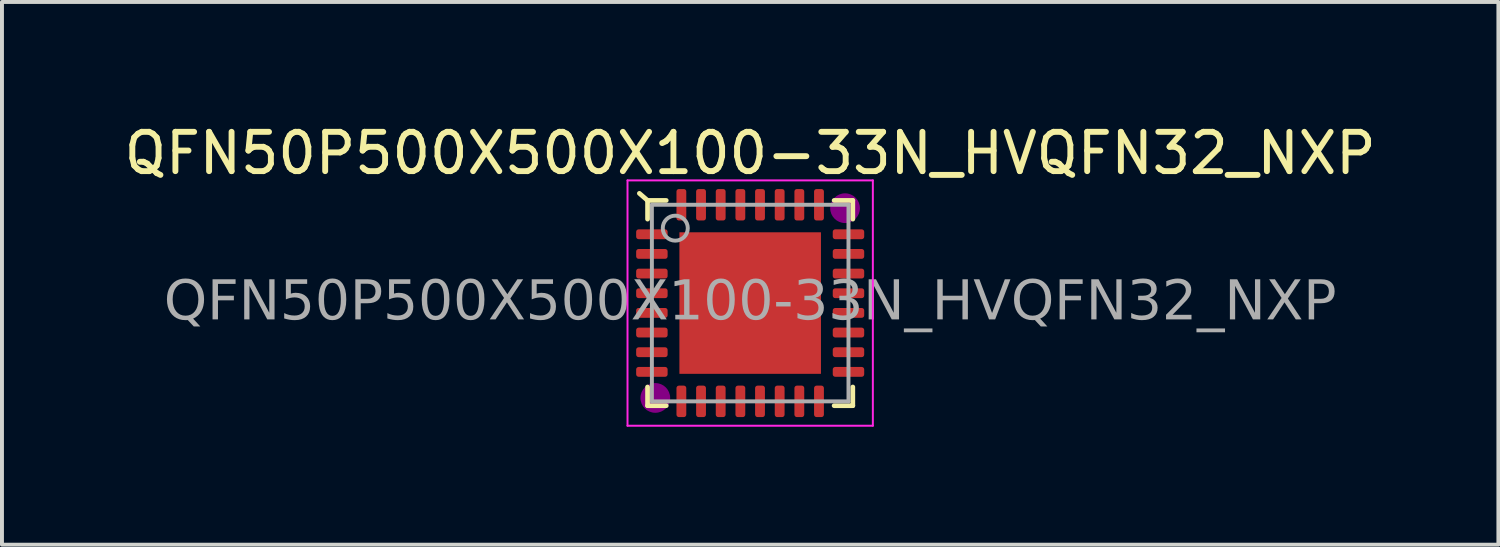
<source format=kicad_pcb>
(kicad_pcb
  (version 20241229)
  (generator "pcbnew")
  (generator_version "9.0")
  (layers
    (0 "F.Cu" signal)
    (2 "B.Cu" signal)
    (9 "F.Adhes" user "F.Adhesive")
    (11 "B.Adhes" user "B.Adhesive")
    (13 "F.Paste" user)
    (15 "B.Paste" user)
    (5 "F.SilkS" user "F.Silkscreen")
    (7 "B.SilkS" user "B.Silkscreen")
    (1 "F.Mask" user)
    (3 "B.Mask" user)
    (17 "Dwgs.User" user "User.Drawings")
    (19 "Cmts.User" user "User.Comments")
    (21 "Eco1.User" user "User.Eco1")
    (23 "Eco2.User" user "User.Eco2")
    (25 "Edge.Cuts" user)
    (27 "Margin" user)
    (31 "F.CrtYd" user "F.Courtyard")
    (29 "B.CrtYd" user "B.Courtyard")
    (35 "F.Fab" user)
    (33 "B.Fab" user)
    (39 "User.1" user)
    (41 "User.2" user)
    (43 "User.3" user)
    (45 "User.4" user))
  (footprint "QFN50P500X500X100-33N_HVQFN32_NXP"
    (layer "F.Cu")
    (at 16.03 4.658)
    (property "Reference" "QFN50P500X500X100-33N_HVQFN32_NXP" (at 0 -3.81 0) (layer "F.SilkS") (effects (font (size 1 1) (thickness 0.15))))
    (attr smd)
    (fp_line (start -2.61 -2.61) (end -2.818 -2.79) (stroke (width 0.12) (type solid)) (layer "F.SilkS"))
    (fp_line (start -2.61 -2.61) (end -2.61 -2.135) (stroke (width 0.12) (type solid)) (layer "F.SilkS"))
    (fp_line (start -2.61 2.61) (end -2.61 2.135) (stroke (width 0.12) (type solid)) (layer "F.SilkS"))
    (fp_line (start -2.135 -2.61) (end -2.61 -2.61) (stroke (width 0.12) (type solid)) (layer "F.SilkS"))
    (fp_line (start -2.135 2.61) (end -2.61 2.61) (stroke (width 0.12) (type solid)) (layer "F.SilkS"))
    (fp_line (start 2.135 -2.61) (end 2.61 -2.61) (stroke (width 0.12) (type solid)) (layer "F.SilkS"))
    (fp_line (start 2.135 2.61) (end 2.61 2.61) (stroke (width 0.12) (type solid)) (layer "F.SilkS"))
    (fp_line (start 2.61 -2.61) (end 2.61 -2.135) (stroke (width 0.12) (type solid)) (layer "F.SilkS"))
    (fp_line (start 2.61 2.61) (end 2.61 2.135) (stroke (width 0.12) (type solid)) (layer "F.SilkS"))
    (fp_circle (center -2.413 2.413) (end -2.095 2.413) (stroke (width 0.12) (type solid)) (fill yes) (layer "F.Adhes"))
    (fp_circle (center 2.413 -2.413) (end 2.731 -2.413) (stroke (width 0.12) (type solid)) (fill yes) (layer "F.Adhes"))
    (fp_line (start -3.12 -3.12) (end -3.12 3.12) (stroke (width 0.05) (type solid)) (layer "F.CrtYd"))
    (fp_line (start -3.12 3.12) (end 3.12 3.12) (stroke (width 0.05) (type solid)) (layer "F.CrtYd"))
    (fp_line (start 3.12 -3.12) (end -3.12 -3.12) (stroke (width 0.05) (type solid)) (layer "F.CrtYd"))
    (fp_line (start 3.12 3.12) (end 3.12 -3.12) (stroke (width 0.05) (type solid)) (layer "F.CrtYd"))
    (fp_line (start -2.5 -2.5) (end 2.5 -2.5) (stroke (width 0.1) (type solid)) (layer "F.Fab"))
    (fp_line (start -2.5 2.5) (end -2.5 -2.5) (stroke (width 0.1) (type solid)) (layer "F.Fab"))
    (fp_line (start 2.5 -2.5) (end 2.5 2.5) (stroke (width 0.1) (type solid)) (layer "F.Fab"))
    (fp_line (start 2.5 2.5) (end -2.5 2.5) (stroke (width 0.1) (type solid)) (layer "F.Fab"))
    (fp_circle (center -1.905 -1.905) (end -1.587 -1.905) (stroke (width 0.1) (type solid)) (fill no) (layer "F.Fab"))
    (fp_text user "${REFERENCE}" (at 0 0 0) (layer "F.Fab") (effects (font (face "Tahoma") (size 1 1) (thickness 0.15))))
    (pad "" smd rect (at -1.15 -1.15) (size 0.9 0.9) (layers "F.Paste"))
    (pad "" smd rect (at -1.15 0) (size 0.9 0.9) (layers "F.Paste"))
    (pad "" smd rect (at -1.15 1.15) (size 0.9 0.9) (layers "F.Paste"))
    (pad "" smd rect (at 0 -1.15) (size 0.9 0.9) (layers "F.Paste"))
    (pad "" smd rect (at 0 0) (size 0.9 0.9) (layers "F.Paste"))
    (pad "" smd rect (at 0 1.15) (size 0.9 0.9) (layers "F.Paste"))
    (pad "" smd rect (at 1.15 -1.15) (size 0.9 0.9) (layers "F.Paste"))
    (pad "" smd rect (at 1.15 0) (size 0.9 0.9) (layers "F.Paste"))
    (pad "" smd rect (at 1.15 1.15) (size 0.9 0.9) (layers "F.Paste"))
    (pad "1" smd roundrect (at -2.5 -1.75) (size 0.8 0.25) (layers "F.Cu" "F.Mask" "F.Paste") (roundrect_rratio 0.25))
    (pad "2" smd roundrect (at -2.5 -1.25) (size 0.8 0.25) (layers "F.Cu" "F.Mask" "F.Paste") (roundrect_rratio 0.25))
    (pad "3" smd roundrect (at -2.5 -0.75) (size 0.8 0.25) (layers "F.Cu" "F.Mask" "F.Paste") (roundrect_rratio 0.25))
    (pad "4" smd roundrect (at -2.5 -0.25) (size 0.8 0.25) (layers "F.Cu" "F.Mask" "F.Paste") (roundrect_rratio 0.25))
    (pad "5" smd roundrect (at -2.5 0.25) (size 0.8 0.25) (layers "F.Cu" "F.Mask" "F.Paste") (roundrect_rratio 0.25))
    (pad "6" smd roundrect (at -2.5 0.75) (size 0.8 0.25) (layers "F.Cu" "F.Mask" "F.Paste") (roundrect_rratio 0.25))
    (pad "7" smd roundrect (at -2.5 1.25) (size 0.8 0.25) (layers "F.Cu" "F.Mask" "F.Paste") (roundrect_rratio 0.25))
    (pad "8" smd roundrect (at -2.5 1.75) (size 0.8 0.25) (layers "F.Cu" "F.Mask" "F.Paste") (roundrect_rratio 0.25))
    (pad "9" smd roundrect (at -1.75 2.5) (size 0.25 0.8) (layers "F.Cu" "F.Mask" "F.Paste") (roundrect_rratio 0.25))
    (pad "10" smd roundrect (at -1.25 2.5) (size 0.25 0.8) (layers "F.Cu" "F.Mask" "F.Paste") (roundrect_rratio 0.25))
    (pad "11" smd roundrect (at -0.75 2.5) (size 0.25 0.8) (layers "F.Cu" "F.Mask" "F.Paste") (roundrect_rratio 0.25))
    (pad "12" smd roundrect (at -0.25 2.5) (size 0.25 0.8) (layers "F.Cu" "F.Mask" "F.Paste") (roundrect_rratio 0.25))
    (pad "13" smd roundrect (at 0.25 2.5) (size 0.25 0.8) (layers "F.Cu" "F.Mask" "F.Paste") (roundrect_rratio 0.25))
    (pad "14" smd roundrect (at 0.75 2.5) (size 0.25 0.8) (layers "F.Cu" "F.Mask" "F.Paste") (roundrect_rratio 0.25))
    (pad "15" smd roundrect (at 1.25 2.5) (size 0.25 0.8) (layers "F.Cu" "F.Mask" "F.Paste") (roundrect_rratio 0.25))
    (pad "16" smd roundrect (at 1.75 2.5) (size 0.25 0.8) (layers "F.Cu" "F.Mask" "F.Paste") (roundrect_rratio 0.25))
    (pad "17" smd roundrect (at 2.5 1.75) (size 0.8 0.25) (layers "F.Cu" "F.Mask" "F.Paste") (roundrect_rratio 0.25))
    (pad "18" smd roundrect (at 2.5 1.25) (size 0.8 0.25) (layers "F.Cu" "F.Mask" "F.Paste") (roundrect_rratio 0.25))
    (pad "19" smd roundrect (at 2.5 0.75) (size 0.8 0.25) (layers "F.Cu" "F.Mask" "F.Paste") (roundrect_rratio 0.25))
    (pad "20" smd roundrect (at 2.5 0.25) (size 0.8 0.25) (layers "F.Cu" "F.Mask" "F.Paste") (roundrect_rratio 0.25))
    (pad "21" smd roundrect (at 2.5 -0.25) (size 0.8 0.25) (layers "F.Cu" "F.Mask" "F.Paste") (roundrect_rratio 0.25))
    (pad "22" smd roundrect (at 2.5 -0.75) (size 0.8 0.25) (layers "F.Cu" "F.Mask" "F.Paste") (roundrect_rratio 0.25))
    (pad "23" smd roundrect (at 2.5 -1.25) (size 0.8 0.25) (layers "F.Cu" "F.Mask" "F.Paste") (roundrect_rratio 0.25))
    (pad "24" smd roundrect (at 2.5 -1.75) (size 0.8 0.25) (layers "F.Cu" "F.Mask" "F.Paste") (roundrect_rratio 0.25))
    (pad "25" smd roundrect (at 1.75 -2.5) (size 0.25 0.8) (layers "F.Cu" "F.Mask" "F.Paste") (roundrect_rratio 0.25))
    (pad "26" smd roundrect (at 1.25 -2.5) (size 0.25 0.8) (layers "F.Cu" "F.Mask" "F.Paste") (roundrect_rratio 0.25))
    (pad "27" smd roundrect (at 0.75 -2.5) (size 0.25 0.8) (layers "F.Cu" "F.Mask" "F.Paste") (roundrect_rratio 0.25))
    (pad "28" smd roundrect (at 0.25 -2.5) (size 0.25 0.8) (layers "F.Cu" "F.Mask" "F.Paste") (roundrect_rratio 0.25))
    (pad "29" smd roundrect (at -0.25 -2.5) (size 0.25 0.8) (layers "F.Cu" "F.Mask" "F.Paste") (roundrect_rratio 0.25))
    (pad "30" smd roundrect (at -0.75 -2.5) (size 0.25 0.8) (layers "F.Cu" "F.Mask" "F.Paste") (roundrect_rratio 0.25))
    (pad "31" smd roundrect (at -1.25 -2.5) (size 0.25 0.8) (layers "F.Cu" "F.Mask" "F.Paste") (roundrect_rratio 0.25))
    (pad "32" smd roundrect (at -1.75 -2.5) (size 0.25 0.8) (layers "F.Cu" "F.Mask" "F.Paste") (roundrect_rratio 0.25))
    (pad "33" smd rect (at 0 0) (size 3.6 3.6) (layers "F.Cu" "F.Mask")))
  (gr_rect
    (start -3 -3)
    (end 35.06 10.803)
    (stroke (width 0.1) (type default))
    (fill no)
    (layer "Edge.Cuts")))
</source>
